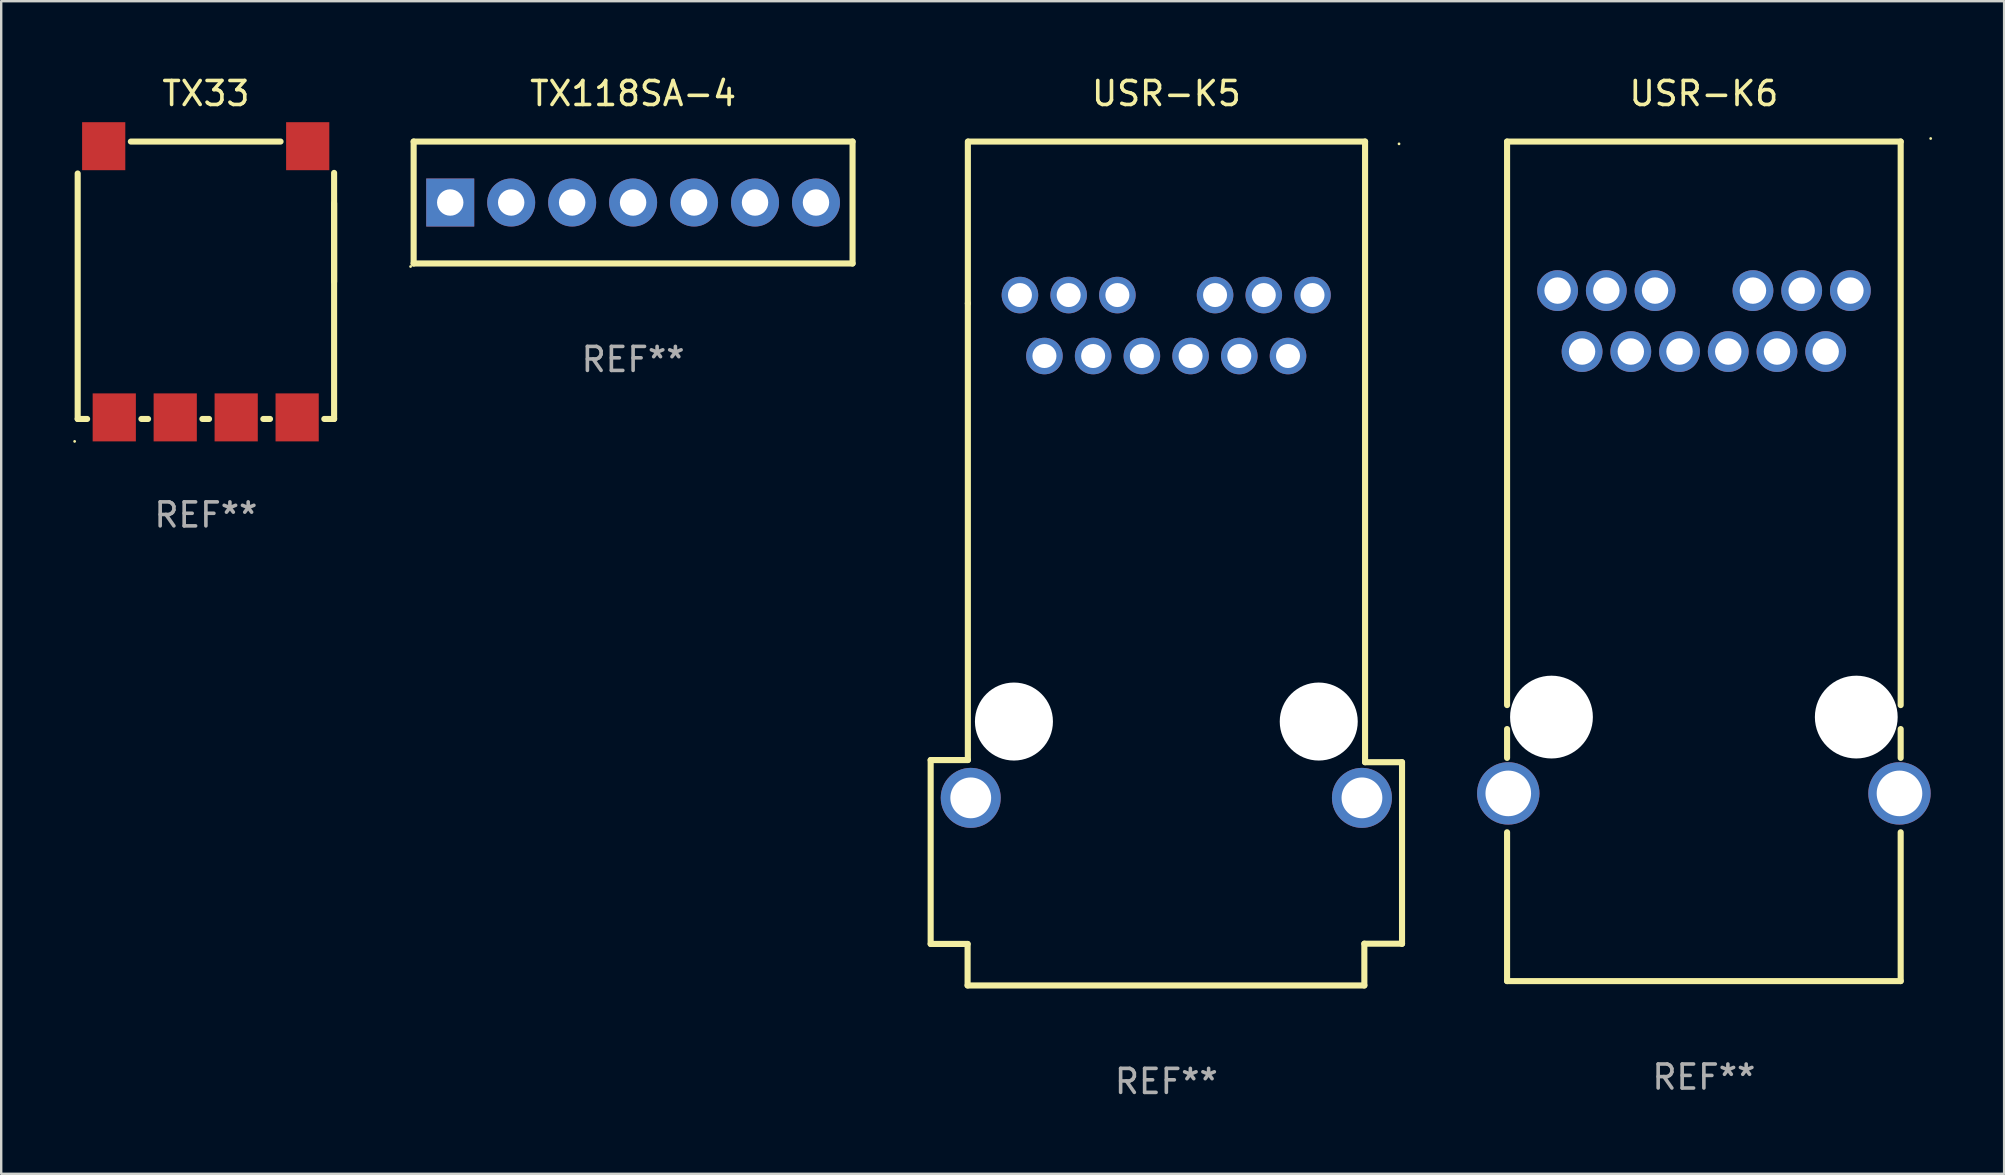
<source format=kicad_pcb>
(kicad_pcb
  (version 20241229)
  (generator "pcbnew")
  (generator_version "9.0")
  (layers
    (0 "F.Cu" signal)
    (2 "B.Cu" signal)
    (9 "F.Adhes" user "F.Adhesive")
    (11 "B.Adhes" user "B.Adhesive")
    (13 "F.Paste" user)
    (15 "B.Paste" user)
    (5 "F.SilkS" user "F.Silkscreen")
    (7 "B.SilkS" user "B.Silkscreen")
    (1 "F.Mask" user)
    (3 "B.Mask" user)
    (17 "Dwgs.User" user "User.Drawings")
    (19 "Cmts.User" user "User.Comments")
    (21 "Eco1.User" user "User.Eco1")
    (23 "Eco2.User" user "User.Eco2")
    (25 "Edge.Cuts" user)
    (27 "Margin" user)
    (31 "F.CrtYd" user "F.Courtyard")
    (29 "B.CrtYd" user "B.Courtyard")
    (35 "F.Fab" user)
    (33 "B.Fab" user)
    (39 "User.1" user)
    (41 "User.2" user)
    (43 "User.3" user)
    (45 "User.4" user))
  (footprint "TX33"
    (layer "F.Cu")
    (at 5.529 8.627)
    (property "Reference" "TX33" (at 0 -7.779 0) (layer "F.SilkS") (effects (font (size 1 1) (thickness 0.15))))
    (attr through_hole)
    (fp_line (start -5.342 5.779) (end -5.342 -4.448) (stroke (width 0.254) (type solid)) (layer "F.SilkS"))
    (fp_line (start -4.949 5.779) (end -5.342 5.779) (stroke (width 0.254) (type solid)) (layer "F.SilkS"))
    (fp_line (start -3.127 -5.779) (end 3.111 -5.779) (stroke (width 0.254) (type solid)) (layer "F.SilkS"))
    (fp_line (start -2.409 5.779) (end -2.687 5.779) (stroke (width 0.254) (type solid)) (layer "F.SilkS"))
    (fp_line (start 0.131 5.779) (end -0.147 5.779) (stroke (width 0.254) (type solid)) (layer "F.SilkS"))
    (fp_line (start 2.671 5.779) (end 2.393 5.779) (stroke (width 0.254) (type solid)) (layer "F.SilkS"))
    (fp_line (start 5.342 -3.209) (end 5.342 5.779) (stroke (width 0.254) (type solid)) (layer "F.SilkS"))
    (fp_line (start 5.342 0.064) (end 5.342 -4.473) (stroke (width 0.254) (type solid)) (layer "F.SilkS"))
    (fp_line (start 5.342 5.779) (end 4.933 5.779) (stroke (width 0.254) (type solid)) (layer "F.SilkS"))
    (fp_circle (center -5.469 6.714) (end -5.439 6.714) (stroke (width 0.06) (type solid)) (fill no) (layer "F.SilkS"))
    (fp_text user "REF**" (at 0 9.779 0) (layer "F.Fab") (effects (font (size 1 1) (thickness 0.15))))
    (pad "1" smd rect (at -3.818 5.714) (size 1.8 2) (layers "F.Cu" "F.Mask" "F.Paste"))
    (pad "2" smd rect (at -1.278 5.714) (size 1.8 2) (layers "F.Cu" "F.Mask" "F.Paste"))
    (pad "3" smd rect (at 1.262 5.714) (size 1.8 2) (layers "F.Cu" "F.Mask" "F.Paste"))
    (pad "4" smd rect (at 3.802 5.714) (size 1.8 2) (layers "F.Cu" "F.Mask" "F.Paste"))
    (pad "5" smd rect (at 4.242 -5.586) (size 1.8 2) (layers "F.Cu" "F.Mask" "F.Paste"))
    (pad "6" smd rect (at -4.258 -5.586) (size 1.8 2) (layers "F.Cu" "F.Mask" "F.Paste")))
  (footprint "USR-K6"
    (layer "F.Cu")
    (at 67.944 20.338)
    (property "Reference" "USR-K6" (at 0 -19.49 0) (layer "F.SilkS") (effects (font (size 1 1) (thickness 0.15))))
    (attr through_hole)
    (fp_line (start -8.2 -17.49) (end 8.2 -17.49) (stroke (width 0.254) (type solid)) (layer "F.SilkS"))
    (fp_line (start -8.2 5.991) (end -8.2 -17.49) (stroke (width 0.254) (type solid)) (layer "F.SilkS"))
    (fp_line (start -8.2 8.19) (end -8.2 6.989) (stroke (width 0.254) (type solid)) (layer "F.SilkS"))
    (fp_line (start -8.2 17.49) (end -8.2 11.29) (stroke (width 0.254) (type solid)) (layer "F.SilkS"))
    (fp_line (start 8.2 17.49) (end -8.2 17.49) (stroke (width 0.254) (type solid)) (layer "F.SilkS"))
    (fp_line (start 8.2 -17.49) (end 8.2 5.991) (stroke (width 0.254) (type solid)) (layer "F.SilkS"))
    (fp_line (start 8.2 6.989) (end 8.2 8.19) (stroke (width 0.254) (type solid)) (layer "F.SilkS"))
    (fp_line (start 8.2 11.29) (end 8.2 17.49) (stroke (width 0.254) (type solid)) (layer "F.SilkS"))
    (fp_circle (center 9.45 -17.617) (end 9.48 -17.617) (stroke (width 0.06) (type solid)) (fill no) (layer "F.SilkS"))
    (fp_text user "REF**" (at 0 21.49 0) (layer "F.Fab") (effects (font (size 1 1) (thickness 0.15))))
    (pad "" np_thru_hole circle (at -6.35 6.49) (size 3.45 3.45) (drill 3.45) (layers "*.Cu" "*.Mask"))
    (pad "" np_thru_hole circle (at 6.35 6.49) (size 3.45 3.45) (drill 3.45) (layers "*.Cu" "*.Mask"))
    (pad "1" thru_hole circle (at 5.075 -8.74) (size 1.7 1.7) (drill 1.1) (layers "*.Cu" "*.Mask"))
    (pad "2" thru_hole circle (at 3.045 -8.74) (size 1.7 1.7) (drill 1.1) (layers "*.Cu" "*.Mask"))
    (pad "3" thru_hole circle (at 1.015 -8.74) (size 1.7 1.7) (drill 1.1) (layers "*.Cu" "*.Mask"))
    (pad "4" thru_hole circle (at -1.015 -8.74) (size 1.7 1.7) (drill 1.1) (layers "*.Cu" "*.Mask"))
    (pad "5" thru_hole circle (at -3.045 -8.74) (size 1.7 1.7) (drill 1.1) (layers "*.Cu" "*.Mask"))
    (pad "6" thru_hole circle (at -5.075 -8.74) (size 1.7 1.7) (drill 1.1) (layers "*.Cu" "*.Mask"))
    (pad "7" thru_hole circle (at 6.105 -11.28) (size 1.7 1.7) (drill 1.1) (layers "*.Cu" "*.Mask"))
    (pad "8" thru_hole circle (at 4.075 -11.28) (size 1.7 1.7) (drill 1.1) (layers "*.Cu" "*.Mask"))
    (pad "9" thru_hole circle (at 2.045 -11.28) (size 1.7 1.7) (drill 1.1) (layers "*.Cu" "*.Mask"))
    (pad "10" thru_hole circle (at -2.035 -11.28) (size 1.7 1.7) (drill 1.1) (layers "*.Cu" "*.Mask"))
    (pad "11" thru_hole circle (at -4.065 -11.28) (size 1.7 1.7) (drill 1.1) (layers "*.Cu" "*.Mask"))
    (pad "12" thru_hole circle (at -6.095 -11.28) (size 1.7 1.7) (drill 1.1) (layers "*.Cu" "*.Mask"))
    (pad "13" thru_hole circle (at -8.15 9.67) (size 2.6 2.6) (drill 1.9) (layers "*.Cu" "*.Mask"))
    (pad "14" thru_hole circle (at 8.15 9.67) (size 2.6 2.6) (drill 1.9) (layers "*.Cu" "*.Mask")))
  (footprint "USR-K5"
    (layer "F.Cu")
    (at 45.547 20.429)
    (property "Reference" "USR-K5" (at 0 -19.581 0) (layer "F.SilkS") (effects (font (size 1 1) (thickness 0.15))))
    (attr through_hole)
    (fp_line (start -9.82 8.19) (end -8.27 8.19) (stroke (width 0.254) (type solid)) (layer "F.SilkS"))
    (fp_line (start -9.82 15.851) (end -9.82 8.19) (stroke (width 0.254) (type solid)) (layer "F.SilkS"))
    (fp_line (start -8.281 15.851) (end -9.82 15.851) (stroke (width 0.254) (type solid)) (layer "F.SilkS"))
    (fp_line (start -8.281 17.581) (end -8.281 15.851) (stroke (width 0.254) (type solid)) (layer "F.SilkS"))
    (fp_line (start -8.27 -10.839) (end -8.27 -17.581) (stroke (width 0.254) (type solid)) (layer "F.SilkS"))
    (fp_line (start -8.27 8.19) (end -8.27 -10.839) (stroke (width 0.254) (type solid)) (layer "F.SilkS"))
    (fp_line (start -8.25 -17.581) (end 8.28 -17.581) (stroke (width 0.254) (type solid)) (layer "F.SilkS"))
    (fp_line (start 8.25 15.841) (end 8.25 17.581) (stroke (width 0.254) (type solid)) (layer "F.SilkS"))
    (fp_line (start 8.25 17.581) (end -8.281 17.581) (stroke (width 0.254) (type solid)) (layer "F.SilkS"))
    (fp_line (start 8.28 -17.581) (end 8.28 8.279) (stroke (width 0.254) (type solid)) (layer "F.SilkS"))
    (fp_line (start 8.28 8.279) (end 9.82 8.279) (stroke (width 0.254) (type solid)) (layer "F.SilkS"))
    (fp_line (start 9.82 8.279) (end 9.82 15.84) (stroke (width 0.254) (type solid)) (layer "F.SilkS"))
    (fp_line (start 9.82 15.841) (end 8.25 15.841) (stroke (width 0.254) (type solid)) (layer "F.SilkS"))
    (fp_line (start 9.82 15.84) (end 9.82 15.841) (stroke (width 0.254) (type solid)) (layer "F.SilkS"))
    (fp_circle (center 9.695 -17.485) (end 9.725 -17.485) (stroke (width 0.06) (type solid)) (fill no) (layer "F.SilkS"))
    (fp_text user "REF**" (at 0 21.581 0) (layer "F.Fab") (effects (font (size 1 1) (thickness 0.15))))
    (pad "" np_thru_hole circle (at -6.35 6.585) (size 3.25 3.25) (drill 3.25) (layers "*.Cu" "*.Mask"))
    (pad "" np_thru_hole circle (at 6.35 6.585) (size 3.25 3.25) (drill 3.25) (layers "*.Cu" "*.Mask"))
    (pad "1" thru_hole circle (at 5.07 -8.645) (size 1.524 1.524) (drill 1) (layers "*.Cu" "*.Mask"))
    (pad "2" thru_hole circle (at 3.04 -8.645) (size 1.524 1.524) (drill 1) (layers "*.Cu" "*.Mask"))
    (pad "3" thru_hole circle (at 1.01 -8.645) (size 1.524 1.524) (drill 1) (layers "*.Cu" "*.Mask"))
    (pad "4" thru_hole circle (at -1.02 -8.645) (size 1.524 1.524) (drill 1) (layers "*.Cu" "*.Mask"))
    (pad "5" thru_hole circle (at -3.05 -8.645) (size 1.524 1.524) (drill 1) (layers "*.Cu" "*.Mask"))
    (pad "6" thru_hole circle (at -5.08 -8.645) (size 1.524 1.524) (drill 1) (layers "*.Cu" "*.Mask"))
    (pad "7" thru_hole circle (at 6.09 -11.185) (size 1.524 1.524) (drill 1) (layers "*.Cu" "*.Mask"))
    (pad "8" thru_hole circle (at 4.06 -11.185) (size 1.524 1.524) (drill 1) (layers "*.Cu" "*.Mask"))
    (pad "9" thru_hole circle (at 2.03 -11.185) (size 1.524 1.524) (drill 1) (layers "*.Cu" "*.Mask"))
    (pad "10" thru_hole circle (at -2.04 -11.185) (size 1.524 1.524) (drill 1) (layers "*.Cu" "*.Mask"))
    (pad "11" thru_hole circle (at -4.07 -11.185) (size 1.524 1.524) (drill 1) (layers "*.Cu" "*.Mask"))
    (pad "12" thru_hole circle (at -6.1 -11.185) (size 1.524 1.524) (drill 1) (layers "*.Cu" "*.Mask"))
    (pad "13" thru_hole circle (at -8.15 9.765) (size 2.5 2.5) (drill 1.7) (layers "*.Cu" "*.Mask"))
    (pad "14" thru_hole circle (at 8.15 9.765) (size 2.5 2.5) (drill 1.7) (layers "*.Cu" "*.Mask")))
  (footprint "TX118SA-4"
    (layer "F.Cu")
    (at 23.329 5.388)
    (property "Reference" "TX118SA-4" (at 0 -4.54 0) (layer "F.SilkS") (effects (font (size 1 1) (thickness 0.15))))
    (attr through_hole)
    (fp_line (start -9.144 -2.54) (end -9.144 2.54) (stroke (width 0.254) (type solid)) (layer "F.SilkS"))
    (fp_line (start -9.144 2.54) (end 9.144 2.54) (stroke (width 0.254) (type solid)) (layer "F.SilkS"))
    (fp_line (start 9.144 -2.54) (end -9.144 -2.54) (stroke (width 0.254) (type solid)) (layer "F.SilkS"))
    (fp_line (start 9.144 2.54) (end 9.144 -2.54) (stroke (width 0.254) (type solid)) (layer "F.SilkS"))
    (fp_circle (center -9.271 2.667) (end -9.241 2.667) (stroke (width 0.06) (type solid)) (fill no) (layer "F.SilkS"))
    (fp_text user "REF**" (at 0 6.54 0) (layer "F.Fab") (effects (font (size 1 1) (thickness 0.15))))
    (pad "1" thru_hole rect (at -7.62 0) (size 2 2) (drill 1.1) (layers "*.Cu" "*.Mask"))
    (pad "2" thru_hole circle (at -5.08 0) (size 2 2) (drill 1.1) (layers "*.Cu" "*.Mask"))
    (pad "3" thru_hole circle (at -2.54 0) (size 2 2) (drill 1.1) (layers "*.Cu" "*.Mask"))
    (pad "4" thru_hole circle (at 0 0) (size 2 2) (drill 1.1) (layers "*.Cu" "*.Mask"))
    (pad "5" thru_hole circle (at 2.54 0) (size 2 2) (drill 1.1) (layers "*.Cu" "*.Mask"))
    (pad "6" thru_hole circle (at 5.08 0) (size 2 2) (drill 1.1) (layers "*.Cu" "*.Mask"))
    (pad "7" thru_hole circle (at 7.62 0) (size 2 2) (drill 1.1) (layers "*.Cu" "*.Mask")))
  (gr_rect
    (start -3 -3)
    (end 80.454 45.858)
    (stroke (width 0.1) (type default))
    (fill no)
    (layer "Edge.Cuts")))
</source>
